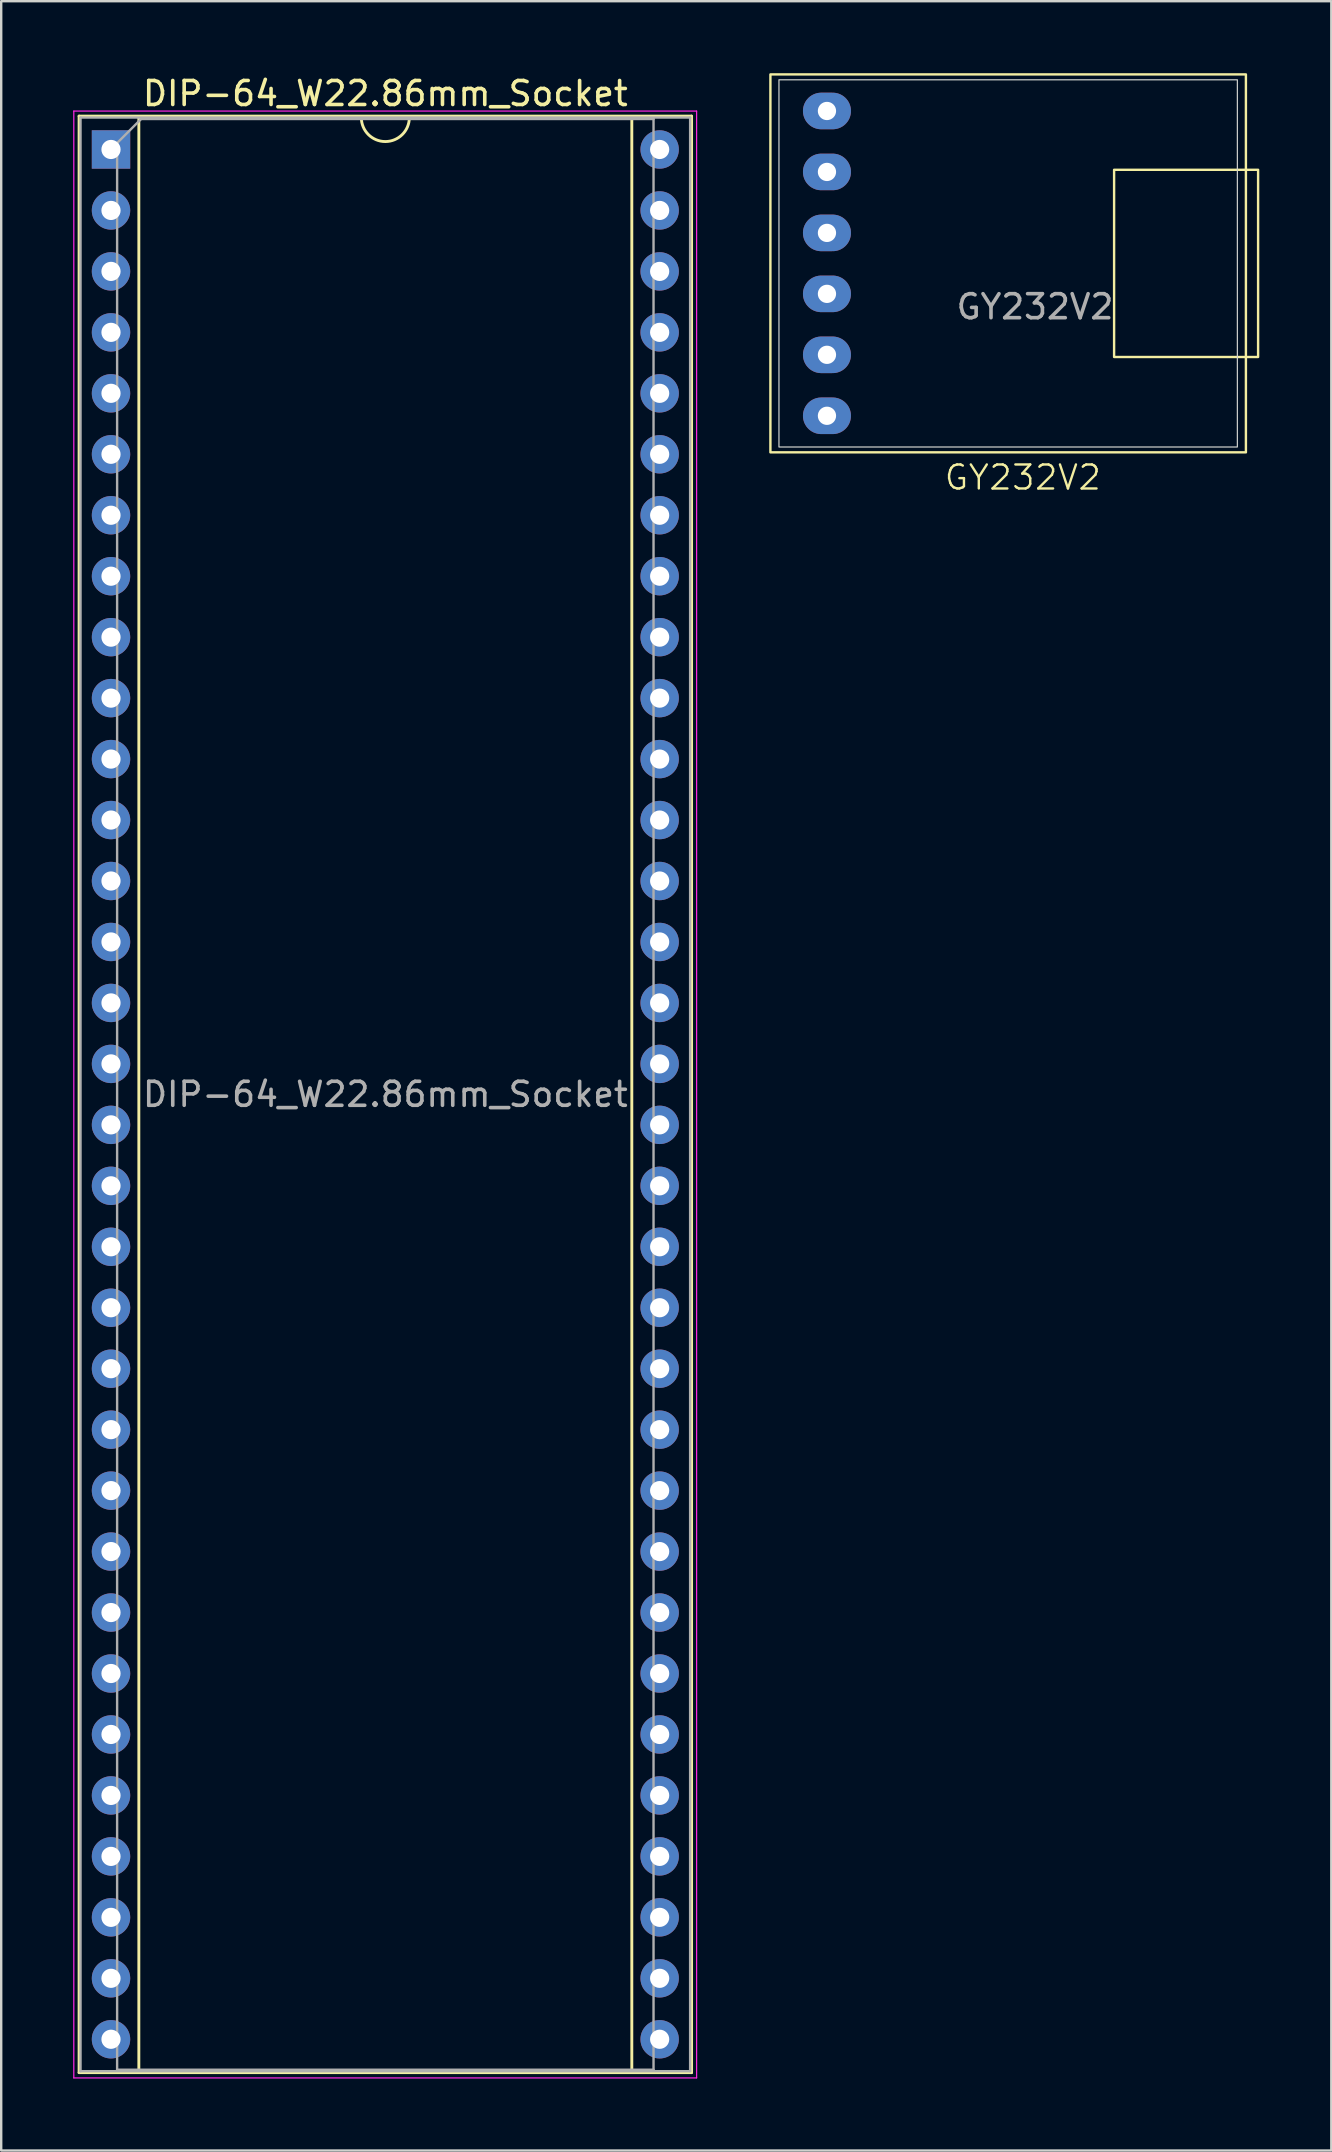
<source format=kicad_pcb>
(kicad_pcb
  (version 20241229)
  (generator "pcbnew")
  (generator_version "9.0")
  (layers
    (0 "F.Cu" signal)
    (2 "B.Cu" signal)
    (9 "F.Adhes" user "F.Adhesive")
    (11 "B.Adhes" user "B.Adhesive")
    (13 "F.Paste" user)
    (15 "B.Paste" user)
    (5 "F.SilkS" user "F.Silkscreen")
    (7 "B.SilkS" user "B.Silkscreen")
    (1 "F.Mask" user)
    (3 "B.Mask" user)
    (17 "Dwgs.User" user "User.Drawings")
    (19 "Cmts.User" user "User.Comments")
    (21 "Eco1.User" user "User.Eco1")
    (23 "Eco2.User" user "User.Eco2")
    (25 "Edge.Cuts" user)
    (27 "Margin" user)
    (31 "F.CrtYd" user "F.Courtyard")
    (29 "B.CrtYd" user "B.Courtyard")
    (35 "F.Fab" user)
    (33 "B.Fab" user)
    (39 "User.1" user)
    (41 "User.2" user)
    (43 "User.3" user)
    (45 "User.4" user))
  (footprint "GY232V2"
    (layer "F.Cu")
    (at 38.956 7.924)
    (property "Reference" "GY232V2" (at 0.61 8.92 0) (unlocked yes) (layer "F.SilkS") (effects (font (size 1 1) (thickness 0.1))))
    (attr through_hole)
    (fp_rect (start -9.906 -7.874) (end 9.906 7.874) (stroke (width 0.1) (type default)) (fill no) (layer "F.SilkS"))
    (fp_rect (start 4.414 3.9) (end 10.414 -3.9) (stroke (width 0.1) (type default)) (fill no) (layer "F.SilkS"))
    (fp_rect (start -9.55 7.65) (end 9.55 -7.65) (stroke (width 0.05) (type default)) (fill no) (layer "Edge.Cuts"))
    (fp_text user "${REFERENCE}" (at 1.118 1.808 0) (unlocked yes) (layer "F.Fab") (effects (font (size 1 1) (thickness 0.15))))
    (pad "1" thru_hole oval (at -7.55 -6.35) (size 2 1.524) (drill 0.762) (layers "*.Cu" "*.Mask"))
    (pad "2" thru_hole oval (at -7.55 -3.81) (size 2 1.524) (drill 0.762) (layers "*.Cu" "*.Mask"))
    (pad "3" thru_hole oval (at -7.55 -1.27) (size 2 1.524) (drill 0.762) (layers "*.Cu" "*.Mask"))
    (pad "4" thru_hole oval (at -7.55 1.27) (size 2 1.524) (drill 0.762) (layers "*.Cu" "*.Mask"))
    (pad "5" thru_hole oval (at -7.55 3.81) (size 2 1.524) (drill 0.762) (layers "*.Cu" "*.Mask"))
    (pad "6" thru_hole oval (at -7.55 6.35) (size 2 1.524) (drill 0.762) (layers "*.Cu" "*.Mask")))
  (footprint "DIP-64_W22.86mm_Socket"
    (layer "F.Cu")
    (at 1.575 3.178)
    (property "Reference" "DIP-64_W22.86mm_Socket" (at 11.43 -2.33 0) (layer "F.SilkS") (effects (font (size 1 1) (thickness 0.15))))
    (attr through_hole)
    (fp_line (start -1.33 -1.39) (end -1.33 80.13) (stroke (width 0.12) (type solid)) (layer "F.SilkS"))
    (fp_line (start -1.33 80.13) (end 24.19 80.13) (stroke (width 0.12) (type solid)) (layer "F.SilkS"))
    (fp_line (start 1.16 -1.33) (end 1.16 80.07) (stroke (width 0.12) (type solid)) (layer "F.SilkS"))
    (fp_line (start 1.16 80.07) (end 21.7 80.07) (stroke (width 0.12) (type solid)) (layer "F.SilkS"))
    (fp_line (start 10.43 -1.33) (end 1.16 -1.33) (stroke (width 0.12) (type solid)) (layer "F.SilkS"))
    (fp_line (start 21.7 -1.33) (end 12.43 -1.33) (stroke (width 0.12) (type solid)) (layer "F.SilkS"))
    (fp_line (start 21.7 80.07) (end 21.7 -1.33) (stroke (width 0.12) (type solid)) (layer "F.SilkS"))
    (fp_line (start 24.19 -1.39) (end -1.33 -1.39) (stroke (width 0.12) (type solid)) (layer "F.SilkS"))
    (fp_line (start 24.19 80.13) (end 24.19 -1.39) (stroke (width 0.12) (type solid)) (layer "F.SilkS"))
    (fp_arc (start 12.43 -1.33) (mid 11.43 -0.33) (end 10.43 -1.33) (stroke (width 0.12) (type solid)) (layer "F.SilkS"))
    (fp_line (start -1.55 -1.6) (end -1.55 80.35) (stroke (width 0.05) (type solid)) (layer "F.CrtYd"))
    (fp_line (start -1.55 80.35) (end 24.4 80.35) (stroke (width 0.05) (type solid)) (layer "F.CrtYd"))
    (fp_line (start 24.4 -1.6) (end -1.55 -1.6) (stroke (width 0.05) (type solid)) (layer "F.CrtYd"))
    (fp_line (start 24.4 80.35) (end 24.4 -1.6) (stroke (width 0.05) (type solid)) (layer "F.CrtYd"))
    (fp_line (start -1.27 -1.33) (end -1.27 80.07) (stroke (width 0.1) (type solid)) (layer "F.Fab"))
    (fp_line (start -1.27 80.07) (end 24.13 80.07) (stroke (width 0.1) (type solid)) (layer "F.Fab"))
    (fp_line (start 0.255 -0.27) (end 1.255 -1.27) (stroke (width 0.1) (type solid)) (layer "F.Fab"))
    (fp_line (start 0.255 80.01) (end 0.255 -0.27) (stroke (width 0.1) (type solid)) (layer "F.Fab"))
    (fp_line (start 1.255 -1.27) (end 22.605 -1.27) (stroke (width 0.1) (type solid)) (layer "F.Fab"))
    (fp_line (start 22.605 -1.27) (end 22.605 80.01) (stroke (width 0.1) (type solid)) (layer "F.Fab"))
    (fp_line (start 22.605 80.01) (end 0.255 80.01) (stroke (width 0.1) (type solid)) (layer "F.Fab"))
    (fp_line (start 24.13 -1.33) (end -1.27 -1.33) (stroke (width 0.1) (type solid)) (layer "F.Fab"))
    (fp_line (start 24.13 80.07) (end 24.13 -1.33) (stroke (width 0.1) (type solid)) (layer "F.Fab"))
    (fp_text user "${REFERENCE}" (at 11.43 39.37 0) (layer "F.Fab") (effects (font (size 1 1) (thickness 0.15))))
    (pad "1" thru_hole rect (at 0 0) (size 1.6 1.6) (drill 0.8) (layers "*.Cu" "*.Mask"))
    (pad "2" thru_hole oval (at 0 2.54) (size 1.6 1.6) (drill 0.8) (layers "*.Cu" "*.Mask"))
    (pad "3" thru_hole oval (at 0 5.08) (size 1.6 1.6) (drill 0.8) (layers "*.Cu" "*.Mask"))
    (pad "4" thru_hole oval (at 0 7.62) (size 1.6 1.6) (drill 0.8) (layers "*.Cu" "*.Mask"))
    (pad "5" thru_hole oval (at 0 10.16) (size 1.6 1.6) (drill 0.8) (layers "*.Cu" "*.Mask"))
    (pad "6" thru_hole oval (at 0 12.7) (size 1.6 1.6) (drill 0.8) (layers "*.Cu" "*.Mask"))
    (pad "7" thru_hole oval (at 0 15.24) (size 1.6 1.6) (drill 0.8) (layers "*.Cu" "*.Mask"))
    (pad "8" thru_hole oval (at 0 17.78) (size 1.6 1.6) (drill 0.8) (layers "*.Cu" "*.Mask"))
    (pad "9" thru_hole oval (at 0 20.32) (size 1.6 1.6) (drill 0.8) (layers "*.Cu" "*.Mask"))
    (pad "10" thru_hole oval (at 0 22.86) (size 1.6 1.6) (drill 0.8) (layers "*.Cu" "*.Mask"))
    (pad "11" thru_hole oval (at 0 25.4) (size 1.6 1.6) (drill 0.8) (layers "*.Cu" "*.Mask"))
    (pad "12" thru_hole oval (at 0 27.94) (size 1.6 1.6) (drill 0.8) (layers "*.Cu" "*.Mask"))
    (pad "13" thru_hole oval (at 0 30.48) (size 1.6 1.6) (drill 0.8) (layers "*.Cu" "*.Mask"))
    (pad "14" thru_hole oval (at 0 33.02) (size 1.6 1.6) (drill 0.8) (layers "*.Cu" "*.Mask"))
    (pad "15" thru_hole oval (at 0 35.56) (size 1.6 1.6) (drill 0.8) (layers "*.Cu" "*.Mask"))
    (pad "16" thru_hole oval (at 0 38.1) (size 1.6 1.6) (drill 0.8) (layers "*.Cu" "*.Mask"))
    (pad "17" thru_hole oval (at 0 40.64) (size 1.6 1.6) (drill 0.8) (layers "*.Cu" "*.Mask"))
    (pad "18" thru_hole oval (at 0 43.18) (size 1.6 1.6) (drill 0.8) (layers "*.Cu" "*.Mask"))
    (pad "19" thru_hole oval (at 0 45.72) (size 1.6 1.6) (drill 0.8) (layers "*.Cu" "*.Mask"))
    (pad "20" thru_hole oval (at 0 48.26) (size 1.6 1.6) (drill 0.8) (layers "*.Cu" "*.Mask"))
    (pad "21" thru_hole oval (at 0 50.8) (size 1.6 1.6) (drill 0.8) (layers "*.Cu" "*.Mask"))
    (pad "22" thru_hole oval (at 0 53.34) (size 1.6 1.6) (drill 0.8) (layers "*.Cu" "*.Mask"))
    (pad "23" thru_hole oval (at 0 55.88) (size 1.6 1.6) (drill 0.8) (layers "*.Cu" "*.Mask"))
    (pad "24" thru_hole oval (at 0 58.42) (size 1.6 1.6) (drill 0.8) (layers "*.Cu" "*.Mask"))
    (pad "25" thru_hole oval (at 0 60.96) (size 1.6 1.6) (drill 0.8) (layers "*.Cu" "*.Mask"))
    (pad "26" thru_hole oval (at 0 63.5) (size 1.6 1.6) (drill 0.8) (layers "*.Cu" "*.Mask"))
    (pad "27" thru_hole oval (at 0 66.04) (size 1.6 1.6) (drill 0.8) (layers "*.Cu" "*.Mask"))
    (pad "28" thru_hole oval (at 0 68.58) (size 1.6 1.6) (drill 0.8) (layers "*.Cu" "*.Mask"))
    (pad "29" thru_hole oval (at 0 71.12) (size 1.6 1.6) (drill 0.8) (layers "*.Cu" "*.Mask"))
    (pad "30" thru_hole oval (at 0 73.66) (size 1.6 1.6) (drill 0.8) (layers "*.Cu" "*.Mask"))
    (pad "31" thru_hole oval (at 0 76.2) (size 1.6 1.6) (drill 0.8) (layers "*.Cu" "*.Mask"))
    (pad "32" thru_hole oval (at 0 78.74) (size 1.6 1.6) (drill 0.8) (layers "*.Cu" "*.Mask"))
    (pad "33" thru_hole oval (at 22.86 78.74) (size 1.6 1.6) (drill 0.8) (layers "*.Cu" "*.Mask"))
    (pad "34" thru_hole oval (at 22.86 76.2) (size 1.6 1.6) (drill 0.8) (layers "*.Cu" "*.Mask"))
    (pad "35" thru_hole oval (at 22.86 73.66) (size 1.6 1.6) (drill 0.8) (layers "*.Cu" "*.Mask"))
    (pad "36" thru_hole oval (at 22.86 71.12) (size 1.6 1.6) (drill 0.8) (layers "*.Cu" "*.Mask"))
    (pad "37" thru_hole oval (at 22.86 68.58) (size 1.6 1.6) (drill 0.8) (layers "*.Cu" "*.Mask"))
    (pad "38" thru_hole oval (at 22.86 66.04) (size 1.6 1.6) (drill 0.8) (layers "*.Cu" "*.Mask"))
    (pad "39" thru_hole oval (at 22.86 63.5) (size 1.6 1.6) (drill 0.8) (layers "*.Cu" "*.Mask"))
    (pad "40" thru_hole oval (at 22.86 60.96) (size 1.6 1.6) (drill 0.8) (layers "*.Cu" "*.Mask"))
    (pad "41" thru_hole oval (at 22.86 58.42) (size 1.6 1.6) (drill 0.8) (layers "*.Cu" "*.Mask"))
    (pad "42" thru_hole oval (at 22.86 55.88) (size 1.6 1.6) (drill 0.8) (layers "*.Cu" "*.Mask"))
    (pad "43" thru_hole oval (at 22.86 53.34) (size 1.6 1.6) (drill 0.8) (layers "*.Cu" "*.Mask"))
    (pad "44" thru_hole oval (at 22.86 50.8) (size 1.6 1.6) (drill 0.8) (layers "*.Cu" "*.Mask"))
    (pad "45" thru_hole oval (at 22.86 48.26) (size 1.6 1.6) (drill 0.8) (layers "*.Cu" "*.Mask"))
    (pad "46" thru_hole oval (at 22.86 45.72) (size 1.6 1.6) (drill 0.8) (layers "*.Cu" "*.Mask"))
    (pad "47" thru_hole oval (at 22.86 43.18) (size 1.6 1.6) (drill 0.8) (layers "*.Cu" "*.Mask"))
    (pad "48" thru_hole oval (at 22.86 40.64) (size 1.6 1.6) (drill 0.8) (layers "*.Cu" "*.Mask"))
    (pad "49" thru_hole oval (at 22.86 38.1) (size 1.6 1.6) (drill 0.8) (layers "*.Cu" "*.Mask"))
    (pad "50" thru_hole oval (at 22.86 35.56) (size 1.6 1.6) (drill 0.8) (layers "*.Cu" "*.Mask"))
    (pad "51" thru_hole oval (at 22.86 33.02) (size 1.6 1.6) (drill 0.8) (layers "*.Cu" "*.Mask"))
    (pad "52" thru_hole oval (at 22.86 30.48) (size 1.6 1.6) (drill 0.8) (layers "*.Cu" "*.Mask"))
    (pad "53" thru_hole oval (at 22.86 27.94) (size 1.6 1.6) (drill 0.8) (layers "*.Cu" "*.Mask"))
    (pad "54" thru_hole oval (at 22.86 25.4) (size 1.6 1.6) (drill 0.8) (layers "*.Cu" "*.Mask"))
    (pad "55" thru_hole oval (at 22.86 22.86) (size 1.6 1.6) (drill 0.8) (layers "*.Cu" "*.Mask"))
    (pad "56" thru_hole oval (at 22.86 20.32) (size 1.6 1.6) (drill 0.8) (layers "*.Cu" "*.Mask"))
    (pad "57" thru_hole oval (at 22.86 17.78) (size 1.6 1.6) (drill 0.8) (layers "*.Cu" "*.Mask"))
    (pad "58" thru_hole oval (at 22.86 15.24) (size 1.6 1.6) (drill 0.8) (layers "*.Cu" "*.Mask"))
    (pad "59" thru_hole oval (at 22.86 12.7) (size 1.6 1.6) (drill 0.8) (layers "*.Cu" "*.Mask"))
    (pad "60" thru_hole oval (at 22.86 10.16) (size 1.6 1.6) (drill 0.8) (layers "*.Cu" "*.Mask"))
    (pad "61" thru_hole oval (at 22.86 7.62) (size 1.6 1.6) (drill 0.8) (layers "*.Cu" "*.Mask"))
    (pad "62" thru_hole oval (at 22.86 5.08) (size 1.6 1.6) (drill 0.8) (layers "*.Cu" "*.Mask"))
    (pad "63" thru_hole oval (at 22.86 2.54) (size 1.6 1.6) (drill 0.8) (layers "*.Cu" "*.Mask"))
    (pad "64" thru_hole oval (at 22.86 0) (size 1.6 1.6) (drill 0.8) (layers "*.Cu" "*.Mask")))
  (gr_rect
    (start -3 -3)
    (end 52.42 86.553)
    (stroke (width 0.1) (type default))
    (fill no)
    (layer "Edge.Cuts")))
</source>
